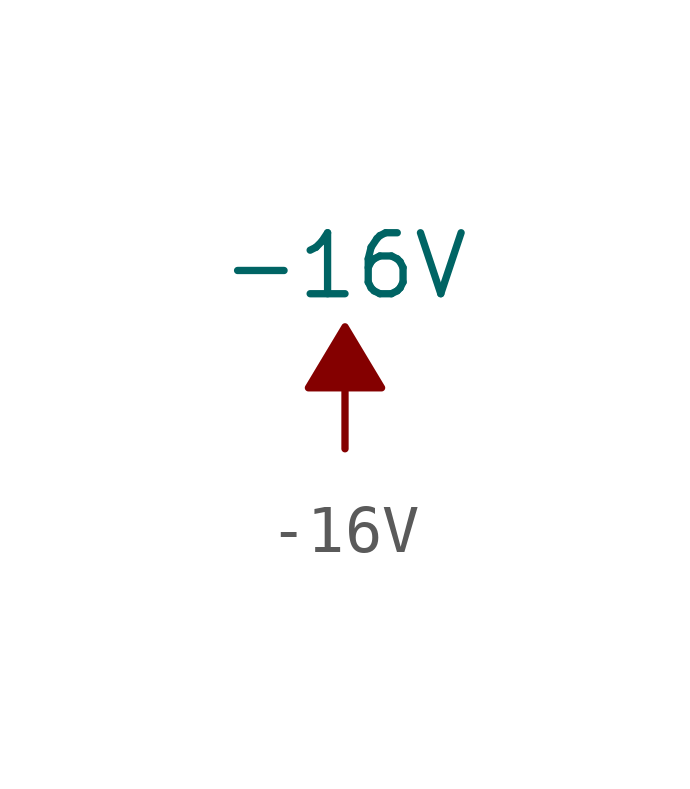
<source format=kicad_sym>
(kicad_symbol_lib
  (version 20220914)
  (generator kicad_symbol_editor)
  (symbol "-16V"
    (power)
    (pin_names
      (offset 0))
    (property "Reference" "#PWR"
      (at 0 2.54 0)
      (effects (font (size 1.27 1.27)) hide))
    (property "Value" "-16V"
      (at 0 3.81 0)
      (effects (font (size 1.27 1.27))))
    (symbol "-16V_0_1"
      (polyline (pts (xy 0 0) (xy 0 1.27) (xy 0.762 1.27) (xy 0 2.54) (xy -0.762 1.27) (xy 0 1.27)) (stroke (width 0) (type default)) (fill (type outline))))
    (symbol "-16V_1_0"
      (pin power_in line (at 0 0 90) (length 0) hide (name "-16V" (effects (font (size 1.27 1.27)))) (number "1" (effects (font (size 1.27 1.27))))))))
</source>
